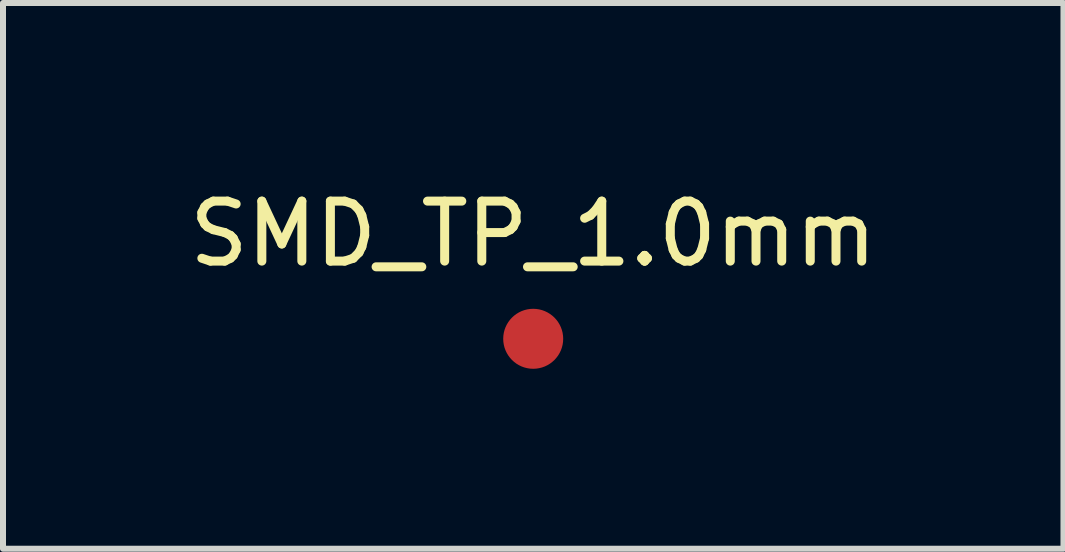
<source format=kicad_pcb>
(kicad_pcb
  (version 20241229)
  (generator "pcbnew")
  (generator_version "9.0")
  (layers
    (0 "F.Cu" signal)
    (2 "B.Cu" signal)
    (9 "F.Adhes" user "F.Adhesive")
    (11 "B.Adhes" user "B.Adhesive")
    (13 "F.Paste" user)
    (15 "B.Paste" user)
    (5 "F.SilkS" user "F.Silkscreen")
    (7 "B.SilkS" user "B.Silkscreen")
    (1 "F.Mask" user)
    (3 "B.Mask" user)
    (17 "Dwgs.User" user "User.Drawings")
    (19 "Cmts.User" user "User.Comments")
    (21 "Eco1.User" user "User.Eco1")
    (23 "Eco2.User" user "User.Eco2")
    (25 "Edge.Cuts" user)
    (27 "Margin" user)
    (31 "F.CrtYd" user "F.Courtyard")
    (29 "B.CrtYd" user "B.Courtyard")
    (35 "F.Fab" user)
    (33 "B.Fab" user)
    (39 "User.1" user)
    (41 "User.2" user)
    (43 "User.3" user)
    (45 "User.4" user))
  (footprint "SMD_TP_1.0mm"
    (layer "F.Cu")
    (at 5.839 2.598)
    (property "Reference" "SMD_TP_1.0mm" (at 0 -1.75 0) (layer "F.SilkS") (effects (font (size 1 1) (thickness 0.15))))
    (attr through_hole)
    (pad "1" smd circle (at 0 0) (size 1 1) (layers "F.Cu" "F.Mask" "F.Paste")))
  (gr_rect
    (start -3 -3)
    (end 14.679 6.098)
    (stroke (width 0.1) (type default))
    (fill no)
    (layer "Edge.Cuts")))
</source>
